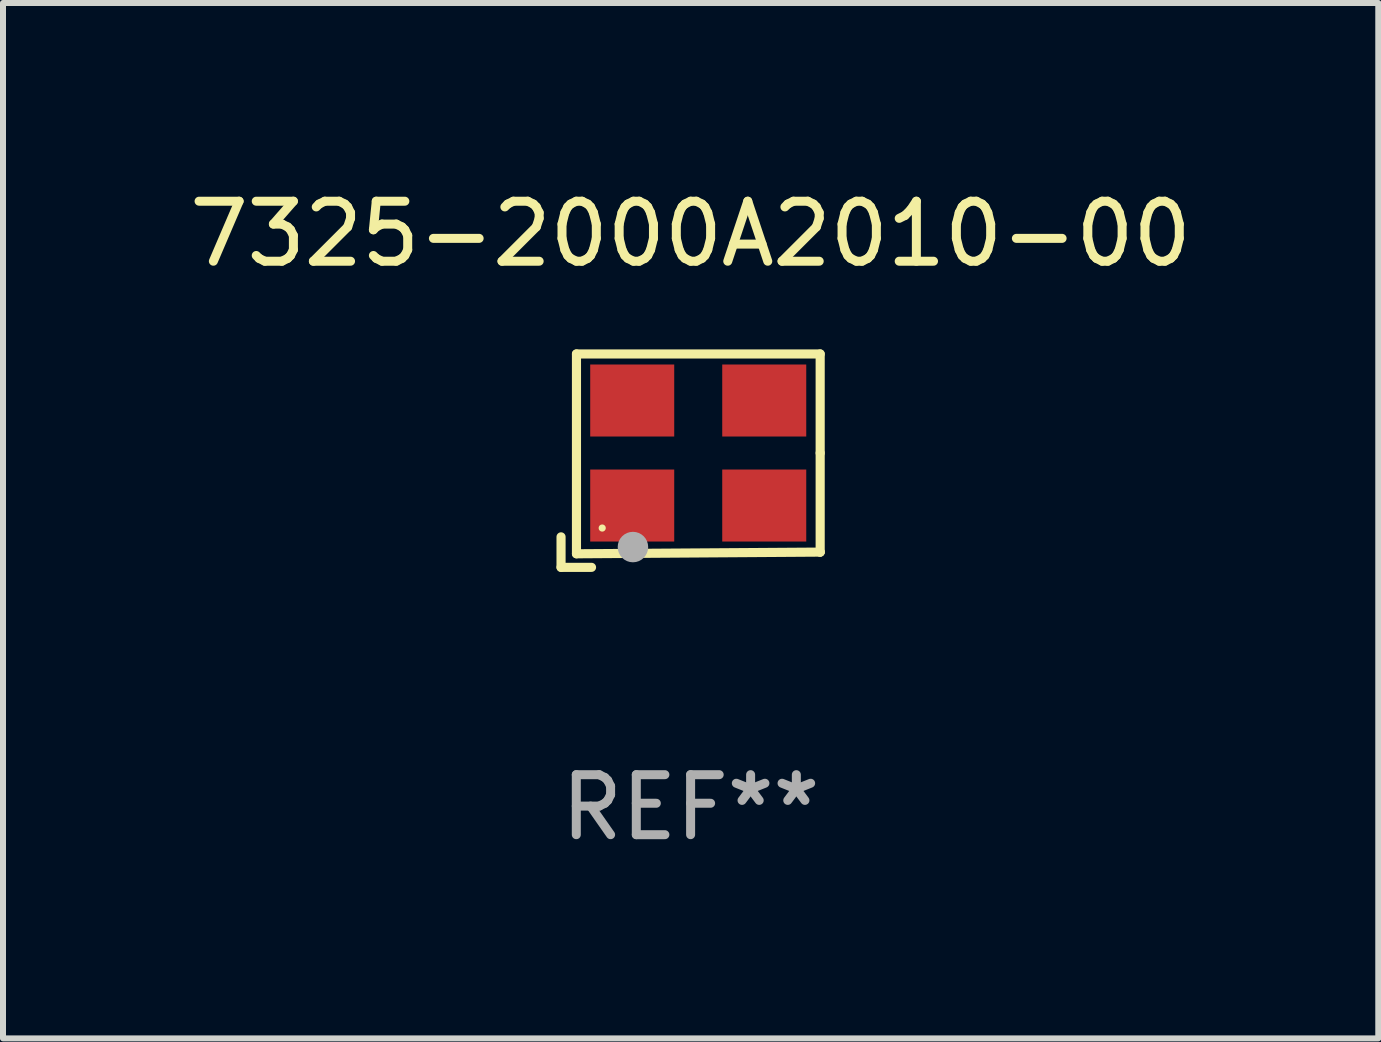
<source format=kicad_pcb>
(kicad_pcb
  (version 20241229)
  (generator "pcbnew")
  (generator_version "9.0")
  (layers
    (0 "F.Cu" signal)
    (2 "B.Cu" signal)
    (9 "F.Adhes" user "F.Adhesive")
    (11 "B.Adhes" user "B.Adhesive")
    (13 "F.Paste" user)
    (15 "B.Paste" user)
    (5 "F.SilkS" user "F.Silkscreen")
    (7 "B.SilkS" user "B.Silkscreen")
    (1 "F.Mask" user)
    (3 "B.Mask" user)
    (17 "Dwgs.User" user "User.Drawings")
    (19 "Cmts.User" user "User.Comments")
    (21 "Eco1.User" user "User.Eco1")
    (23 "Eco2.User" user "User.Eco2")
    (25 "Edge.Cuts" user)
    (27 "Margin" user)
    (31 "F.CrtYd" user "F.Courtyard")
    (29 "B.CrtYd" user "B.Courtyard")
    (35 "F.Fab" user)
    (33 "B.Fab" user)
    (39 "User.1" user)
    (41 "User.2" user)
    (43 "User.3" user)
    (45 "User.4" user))
  (footprint "7325-2000A2010-00"
    (layer "F.Cu")
    (at 8.458 4.626)
    (property "Reference" "7325-2000A2010-00" (at 0 -3.778 0) (layer "F.SilkS") (effects (font (size 1 1) (thickness 0.15))))
    (attr through_hole)
    (fp_line (start -2.159 1.27) (end -2.159 1.778) (stroke (width 0.152) (type solid)) (layer "F.SilkS"))
    (fp_line (start -2.159 1.778) (end -1.651 1.778) (stroke (width 0.152) (type solid)) (layer "F.SilkS"))
    (fp_line (start -1.902 -1.778) (end 2.159 -1.778) (stroke (width 0.152) (type solid)) (layer "F.SilkS"))
    (fp_line (start -1.902 1.552) (end -1.902 -1.778) (stroke (width 0.152) (type solid)) (layer "F.SilkS"))
    (fp_line (start 2.159 -1.778) (end 2.159 -0.127) (stroke (width 0.152) (type solid)) (layer "F.SilkS"))
    (fp_line (start 2.159 -0.127) (end 2.159 1.524) (stroke (width 0.152) (type solid)) (layer "F.SilkS"))
    (fp_line (start 2.159 1.524) (end -1.902 1.552) (stroke (width 0.152) (type solid)) (layer "F.SilkS"))
    (fp_line (start 2.159 1.524) (end 2.159 1.524) (stroke (width 0.152) (type solid)) (layer "F.SilkS"))
    (fp_circle (center -1.473 1.123) (end -1.443 1.123) (stroke (width 0.06) (type solid)) (fill no) (layer "F.SilkS"))
    (fp_circle (center -0.961 1.44) (end -0.834 1.44) (stroke (width 0.254) (type solid)) (fill no) (layer "F.Fab"))
    (fp_text user "REF**" (at 0 5.778 0) (layer "F.Fab") (effects (font (size 1 1) (thickness 0.15))))
    (pad "1" smd rect (at -0.973 0.748) (size 1.4 1.2) (layers "F.Cu" "F.Mask" "F.Paste"))
    (pad "2" smd rect (at 1.227 0.748) (size 1.4 1.2) (layers "F.Cu" "F.Mask" "F.Paste"))
    (pad "3" smd rect (at 1.227 -1.002) (size 1.4 1.2) (layers "F.Cu" "F.Mask" "F.Paste"))
    (pad "4" smd rect (at -0.973 -1.002) (size 1.4 1.2) (layers "F.Cu" "F.Mask" "F.Paste")))
  (gr_rect
    (start -3 -3)
    (end 19.917 14.253)
    (stroke (width 0.1) (type default))
    (fill no)
    (layer "Edge.Cuts")))
</source>
